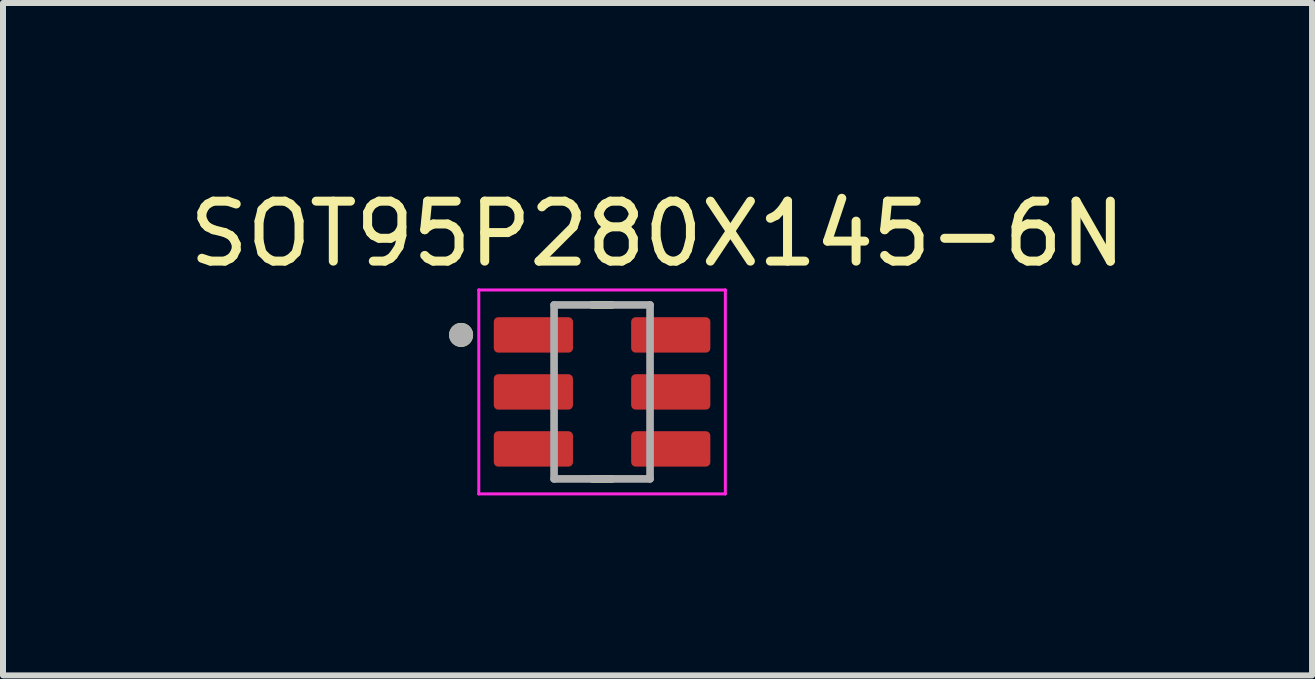
<source format=kicad_pcb>
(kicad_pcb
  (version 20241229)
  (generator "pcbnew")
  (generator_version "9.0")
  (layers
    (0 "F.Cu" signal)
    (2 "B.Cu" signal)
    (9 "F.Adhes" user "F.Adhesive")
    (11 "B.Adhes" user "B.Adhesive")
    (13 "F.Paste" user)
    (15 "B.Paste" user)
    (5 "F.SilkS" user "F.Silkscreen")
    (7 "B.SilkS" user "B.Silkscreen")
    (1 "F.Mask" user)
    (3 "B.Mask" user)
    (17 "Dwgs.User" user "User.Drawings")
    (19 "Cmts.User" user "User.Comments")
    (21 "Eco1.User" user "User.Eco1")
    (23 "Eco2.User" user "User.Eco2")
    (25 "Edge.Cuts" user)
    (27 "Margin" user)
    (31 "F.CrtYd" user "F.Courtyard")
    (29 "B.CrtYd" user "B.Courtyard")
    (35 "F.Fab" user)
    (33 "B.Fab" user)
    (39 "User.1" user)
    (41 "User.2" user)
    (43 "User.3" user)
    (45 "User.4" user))
  (footprint "SOT95P280X145-6N"
    (layer "F.Cu")
    (at 6.986 3.483)
    (property "Reference" "SOT95P280X145-6N" (at 0.925 -2.635 0) (layer "F.SilkS") (effects (font (size 1 1) (thickness 0.15))))
    (attr smd)
    (fp_line (start -0.165 -1.45) (end 0.165 -1.45) (stroke (width 0.127) (type solid)) (layer "F.SilkS"))
    (fp_line (start 0.165 1.45) (end -0.165 1.45) (stroke (width 0.127) (type solid)) (layer "F.SilkS"))
    (fp_circle (center -2.35 -0.95) (end -2.25 -0.95) (stroke (width 0.2) (type solid)) (fill no) (layer "F.SilkS"))
    (fp_line (start -2.055 -1.7) (end 2.055 -1.7) (stroke (width 0.05) (type solid)) (layer "F.CrtYd"))
    (fp_line (start -2.055 1.7) (end -2.055 -1.7) (stroke (width 0.05) (type solid)) (layer "F.CrtYd"))
    (fp_line (start 2.055 -1.7) (end 2.055 1.7) (stroke (width 0.05) (type solid)) (layer "F.CrtYd"))
    (fp_line (start 2.055 1.7) (end -2.055 1.7) (stroke (width 0.05) (type solid)) (layer "F.CrtYd"))
    (fp_line (start -0.8 -1.45) (end 0.8 -1.45) (stroke (width 0.127) (type solid)) (layer "F.Fab"))
    (fp_line (start -0.8 1.45) (end -0.8 -1.45) (stroke (width 0.127) (type solid)) (layer "F.Fab"))
    (fp_line (start 0.8 -1.45) (end 0.8 1.45) (stroke (width 0.127) (type solid)) (layer "F.Fab"))
    (fp_line (start 0.8 1.45) (end -0.8 1.45) (stroke (width 0.127) (type solid)) (layer "F.Fab"))
    (fp_circle (center -2.35 -0.95) (end -2.25 -0.95) (stroke (width 0.2) (type solid)) (fill no) (layer "F.Fab"))
    (pad "1" smd roundrect (at -1.145 -0.95) (size 1.32 0.59) (layers "F.Cu" "F.Mask" "F.Paste") (roundrect_rratio 0.125))
    (pad "2" smd roundrect (at -1.145 0) (size 1.32 0.59) (layers "F.Cu" "F.Mask" "F.Paste") (roundrect_rratio 0.125))
    (pad "3" smd roundrect (at -1.145 0.95) (size 1.32 0.59) (layers "F.Cu" "F.Mask" "F.Paste") (roundrect_rratio 0.125))
    (pad "4" smd roundrect (at 1.145 0.95) (size 1.32 0.59) (layers "F.Cu" "F.Mask" "F.Paste") (roundrect_rratio 0.125))
    (pad "5" smd roundrect (at 1.145 0) (size 1.32 0.59) (layers "F.Cu" "F.Mask" "F.Paste") (roundrect_rratio 0.125))
    (pad "6" smd roundrect (at 1.145 -0.95) (size 1.32 0.59) (layers "F.Cu" "F.Mask" "F.Paste") (roundrect_rratio 0.125)))
  (gr_rect
    (start -3 -3)
    (end 18.821 8.208)
    (stroke (width 0.1) (type default))
    (fill no)
    (layer "Edge.Cuts")))
</source>
